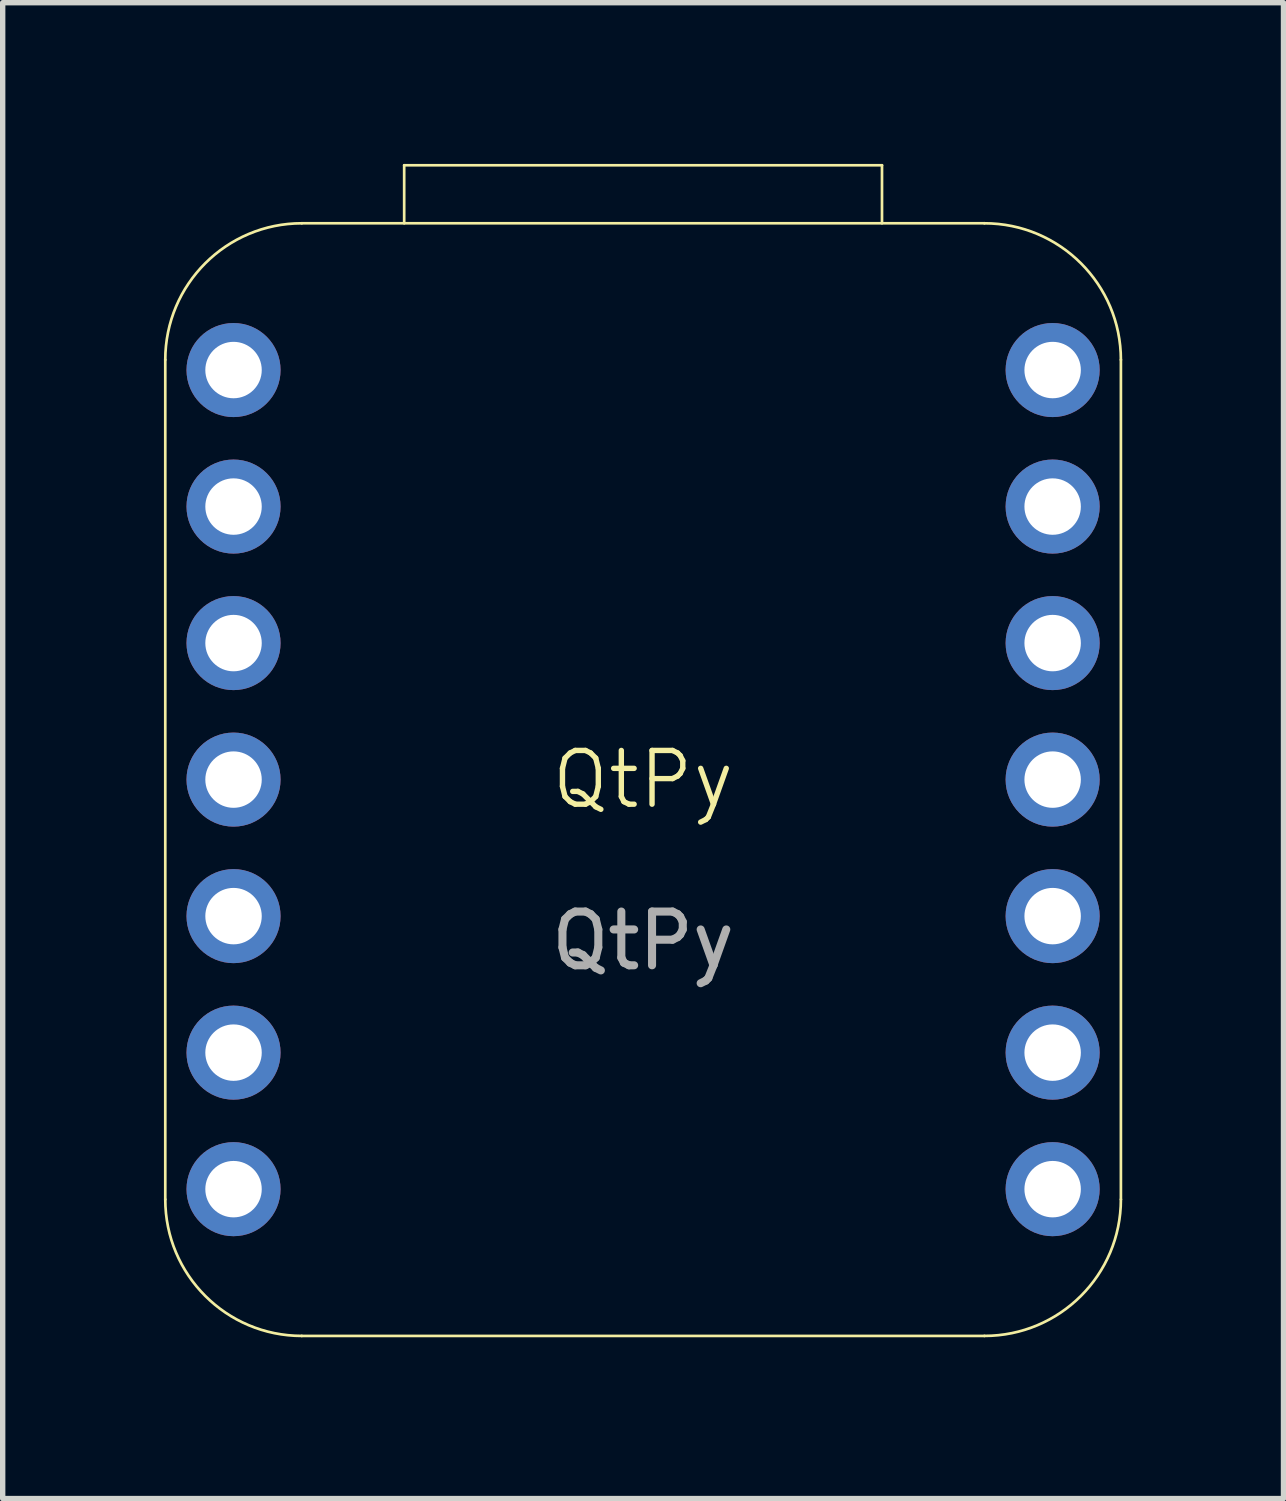
<source format=kicad_pcb>
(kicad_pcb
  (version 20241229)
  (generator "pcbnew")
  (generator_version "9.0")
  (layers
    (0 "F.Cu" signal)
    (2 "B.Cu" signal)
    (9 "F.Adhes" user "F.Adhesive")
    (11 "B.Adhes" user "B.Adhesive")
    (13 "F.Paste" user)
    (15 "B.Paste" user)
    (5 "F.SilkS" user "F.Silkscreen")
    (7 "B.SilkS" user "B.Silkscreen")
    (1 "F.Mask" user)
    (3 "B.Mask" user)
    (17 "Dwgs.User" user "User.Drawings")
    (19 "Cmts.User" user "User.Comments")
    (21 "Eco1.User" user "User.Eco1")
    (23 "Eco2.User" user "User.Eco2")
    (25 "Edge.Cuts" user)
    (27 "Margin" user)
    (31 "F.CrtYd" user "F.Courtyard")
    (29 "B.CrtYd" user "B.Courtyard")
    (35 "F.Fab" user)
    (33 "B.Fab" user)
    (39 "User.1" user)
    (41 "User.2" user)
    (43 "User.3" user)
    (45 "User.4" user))
  (footprint "QtPy"
    (layer "F.Cu")
    (at 8.915 11.455)
    (property "Reference" "QtPy" (at 0 0 0) (unlocked yes) (layer "F.SilkS") (effects (font (size 1 1) (thickness 0.1))))
    (attr through_hole)
    (fp_line (start -8.89 7.811) (end -8.89 -7.811) (stroke (width 0.05) (type solid)) (layer "F.SilkS"))
    (fp_line (start -6.35 -10.351) (end 6.35 -10.351) (stroke (width 0.05) (type solid)) (layer "F.SilkS"))
    (fp_line (start -4.445 -10.351) (end -4.445 -11.43) (stroke (width 0.05) (type solid)) (layer "F.SilkS"))
    (fp_line (start 4.445 -11.43) (end -4.445 -11.43) (stroke (width 0.05) (type solid)) (layer "F.SilkS"))
    (fp_line (start 4.445 -10.351) (end 4.445 -11.43) (stroke (width 0.05) (type solid)) (layer "F.SilkS"))
    (fp_line (start 6.35 10.351) (end -6.35 10.351) (stroke (width 0.05) (type solid)) (layer "F.SilkS"))
    (fp_line (start 8.89 -7.811) (end 8.89 7.811) (stroke (width 0.05) (type solid)) (layer "F.SilkS"))
    (fp_arc (start -8.89 -7.8105) (mid -8.146051 -9.606551) (end -6.35 -10.3505) (stroke (width 0.05) (type solid)) (layer "F.SilkS"))
    (fp_arc (start -6.35 10.3505) (mid -8.146051 9.606551) (end -8.89 7.8105) (stroke (width 0.05) (type solid)) (layer "F.SilkS"))
    (fp_arc (start 6.35 -10.3505) (mid 8.146051 -9.606551) (end 8.89 -7.8105) (stroke (width 0.05) (type solid)) (layer "F.SilkS"))
    (fp_arc (start 8.89 7.8105) (mid 8.146051 9.606551) (end 6.35 10.3505) (stroke (width 0.05) (type solid)) (layer "F.SilkS"))
    (fp_text user "${REFERENCE}" (at 0 3 0) (unlocked yes) (layer "F.Fab") (effects (font (size 1 1) (thickness 0.15))))
    (pad "1" thru_hole circle (at -7.62 -7.62) (size 1.75 1.75) (drill 1.05) (layers "*.Cu" "*.Mask"))
    (pad "2" thru_hole circle (at -7.62 -5.08) (size 1.75 1.75) (drill 1.05) (layers "*.Cu" "*.Mask"))
    (pad "3" thru_hole circle (at -7.62 -2.54) (size 1.75 1.75) (drill 1.05) (layers "*.Cu" "*.Mask"))
    (pad "4" thru_hole circle (at -7.62 0) (size 1.75 1.75) (drill 1.05) (layers "*.Cu" "*.Mask"))
    (pad "5" thru_hole circle (at -7.62 2.54) (size 1.75 1.75) (drill 1.05) (layers "*.Cu" "*.Mask"))
    (pad "6" thru_hole circle (at -7.62 5.08) (size 1.75 1.75) (drill 1.05) (layers "*.Cu" "*.Mask"))
    (pad "7" thru_hole circle (at -7.62 7.62) (size 1.75 1.75) (drill 1.05) (layers "*.Cu" "*.Mask"))
    (pad "8" thru_hole circle (at 7.62 7.62) (size 1.75 1.75) (drill 1.05) (layers "*.Cu" "*.Mask"))
    (pad "9" thru_hole circle (at 7.62 5.08) (size 1.75 1.75) (drill 1.05) (layers "*.Cu" "*.Mask"))
    (pad "10" thru_hole circle (at 7.62 2.54) (size 1.75 1.75) (drill 1.05) (layers "*.Cu" "*.Mask"))
    (pad "11" thru_hole circle (at 7.62 0) (size 1.75 1.75) (drill 1.05) (layers "*.Cu" "*.Mask"))
    (pad "12" thru_hole circle (at 7.62 -2.54) (size 1.75 1.75) (drill 1.05) (layers "*.Cu" "*.Mask"))
    (pad "13" thru_hole circle (at 7.62 -5.08) (size 1.75 1.75) (drill 1.05) (layers "*.Cu" "*.Mask"))
    (pad "14" thru_hole circle (at 7.62 -7.62) (size 1.75 1.75) (drill 1.05) (layers "*.Cu" "*.Mask")))
  (gr_rect
    (start -3 -3)
    (end 20.83 24.831)
    (stroke (width 0.1) (type default))
    (fill no)
    (layer "Edge.Cuts")))
</source>
